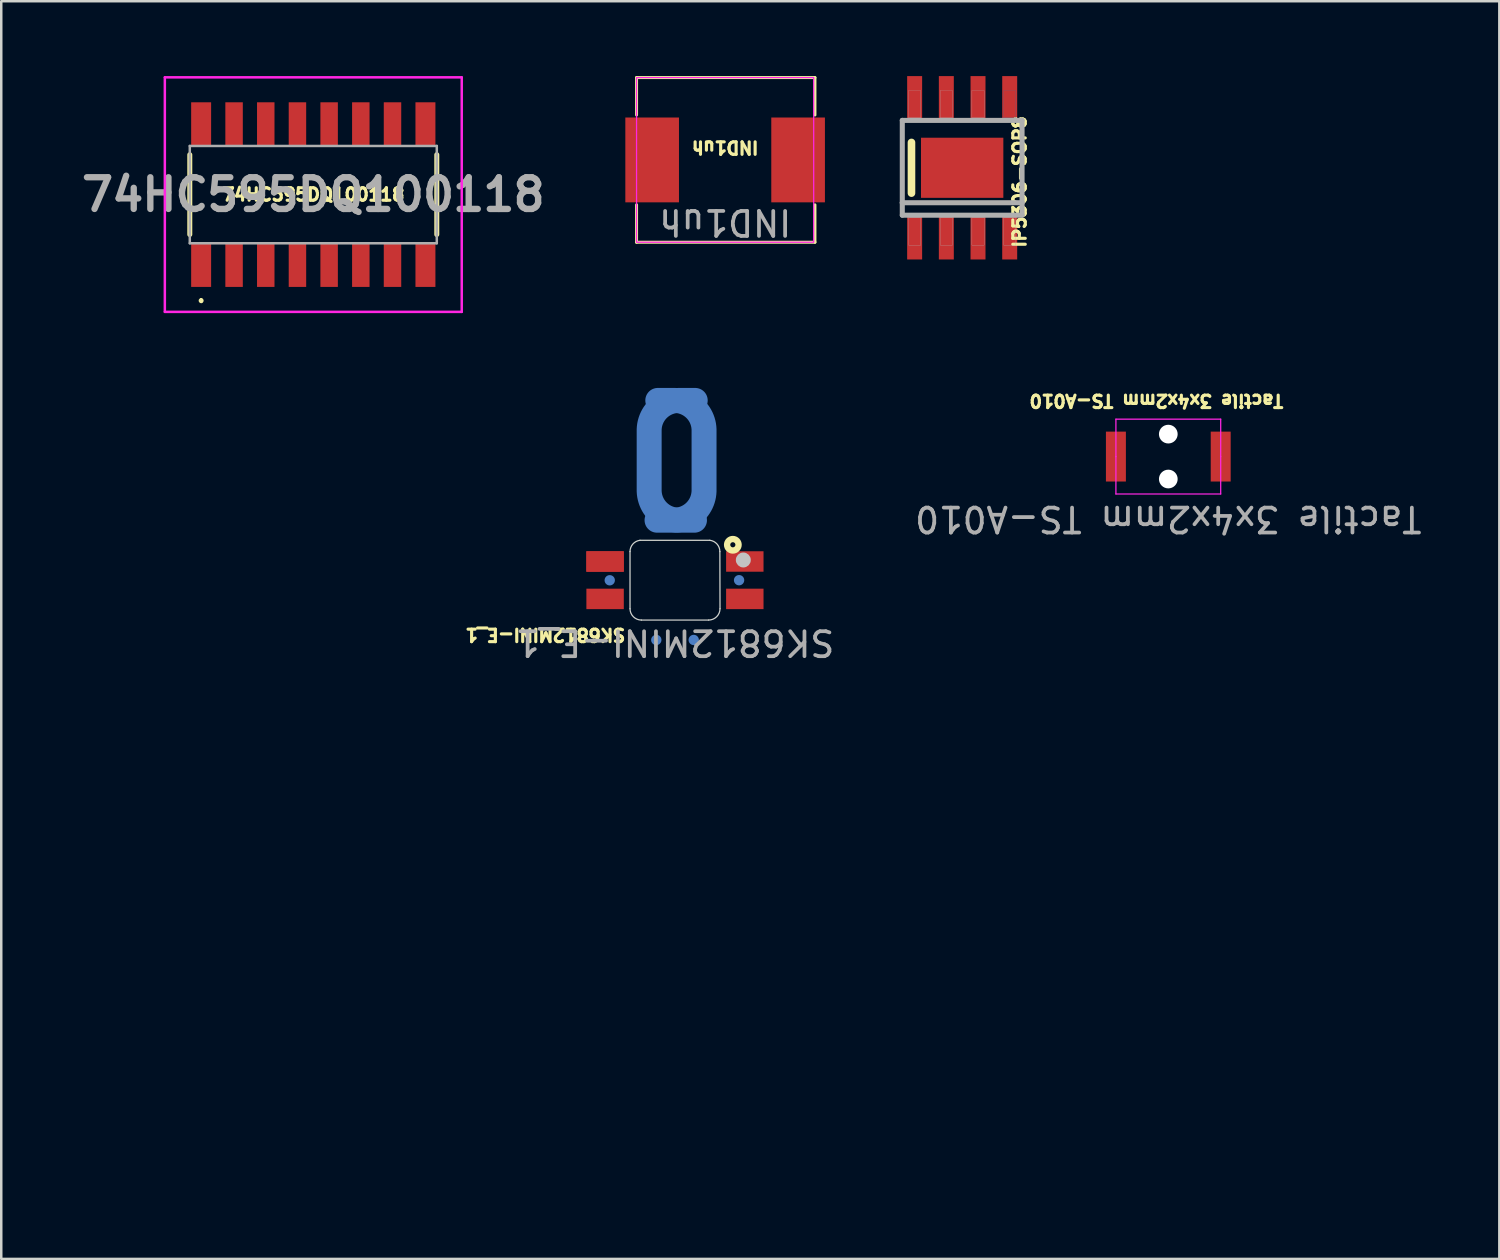
<source format=kicad_pcb>
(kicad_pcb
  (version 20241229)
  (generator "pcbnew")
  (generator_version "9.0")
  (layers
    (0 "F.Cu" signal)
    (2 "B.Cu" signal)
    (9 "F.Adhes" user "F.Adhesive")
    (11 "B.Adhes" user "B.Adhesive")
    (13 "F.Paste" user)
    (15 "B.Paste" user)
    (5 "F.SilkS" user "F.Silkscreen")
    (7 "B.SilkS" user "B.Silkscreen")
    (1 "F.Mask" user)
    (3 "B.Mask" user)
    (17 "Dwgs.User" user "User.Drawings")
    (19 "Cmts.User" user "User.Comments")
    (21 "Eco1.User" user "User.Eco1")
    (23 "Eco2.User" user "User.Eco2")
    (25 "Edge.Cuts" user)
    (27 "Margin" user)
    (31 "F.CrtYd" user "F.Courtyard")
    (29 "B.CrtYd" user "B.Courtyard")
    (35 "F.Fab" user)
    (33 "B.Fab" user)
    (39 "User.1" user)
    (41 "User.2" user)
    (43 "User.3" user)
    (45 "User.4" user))
  (footprint "IND1uh"
    (layer "F.Cu")
    (at 26.014 3.36)
    (property "Reference" "IND1uh" (at 0 -0.5 180) (unlocked yes) (layer "F.SilkS") (effects (font (size 0.5 0.5) (thickness 0.127))))
    (attr smd)
    (fp_line (start -3.55 -3.3) (end -3.55 -1.8) (stroke (width 0.12) (type solid)) (layer "F.SilkS"))
    (fp_line (start -3.55 -3.3) (end 3.6 -3.3) (stroke (width 0.12) (type solid)) (layer "F.SilkS"))
    (fp_line (start -3.55 3.3) (end -3.55 1.8) (stroke (width 0.12) (type solid)) (layer "F.SilkS"))
    (fp_line (start 3.6 -3.3) (end 3.6 -1.8) (stroke (width 0.12) (type solid)) (layer "F.SilkS"))
    (fp_line (start 3.6 3.3) (end -3.55 3.3) (stroke (width 0.12) (type solid)) (layer "F.SilkS"))
    (fp_line (start 3.6 3.3) (end 3.6 1.8) (stroke (width 0.12) (type solid)) (layer "F.SilkS"))
    (fp_rect (start 3.55 3.3) (end -3.55 -3.3) (stroke (width 0.05) (type solid)) (fill no) (layer "F.CrtYd"))
    (fp_text user "${REFERENCE}" (at 0 2.5 180) (unlocked yes) (layer "F.Fab") (effects (font (size 1 1) (thickness 0.15))))
    (pad "1" smd rect (at -2.925 0 180) (size 2.15 3.4) (layers "F.Cu" "F.Mask" "F.Paste"))
    (pad "2" smd rect (at 2.925 0 180) (size 2.15 3.4) (layers "F.Cu" "F.Mask" "F.Paste")))
  (footprint "SK6812MINI-E_1"
    (layer "F.Cu")
    (at 24.003 20.205)
    (property "Reference" "SK6812MINI-E_1" (at -1.925 2.48 180) (unlocked yes) (layer "F.SilkS") (effects (font (size 0.5 0.5) (thickness 0.152)) (justify left top)))
    (fp_circle (center 2.32 -1.42) (end 2.423 -1.42) (stroke (width 0.254) (type default)) (fill no) (layer "F.SilkS"))
    (fp_circle (center 2.74 -0.81) (end 2.89 -0.81) (stroke (width 0.3) (type default)) (fill no) (layer "Dwgs.User"))
    (fp_line (start -1.801 1.143) (end -1.801 -1.148) (stroke (width 0.05) (type default)) (layer "Edge.Cuts"))
    (fp_line (start -1.402 -1.599) (end 1.398 -1.599) (stroke (width 0.05) (type default)) (layer "Edge.Cuts"))
    (fp_line (start 1.349 1.598) (end -1.346 1.598) (stroke (width 0.05) (type default)) (layer "Edge.Cuts"))
    (fp_line (start 1.8 -1.148) (end 1.806 1.14) (stroke (width 0.05) (type default)) (layer "Edge.Cuts"))
    (fp_arc (start -1.800699 -1.14808) (mid -1.686576 -1.449266) (end -1.40152 -1.5992) (stroke (width 0.05) (type default)) (layer "Edge.Cuts"))
    (fp_arc (start -1.3462 1.59766) (mid -1.667693 1.464493) (end -1.80086 1.143) (stroke (width 0.05) (type default)) (layer "Edge.Cuts"))
    (fp_arc (start 1.39848 -1.5992) (mid 1.685314 -1.450165) (end 1.800339 -1.14808) (stroke (width 0.05) (type default)) (layer "Edge.Cuts"))
    (fp_arc (start 1.80594 1.14046) (mid 1.672029 1.463749) (end 1.34874 1.59766) (stroke (width 0.05) (type default)) (layer "Edge.Cuts"))
    (fp_circle (center 2.94 -1.4) (end 2.97 -1.4) (stroke (width 0.06) (type default)) (fill no) (layer "User.5"))
    (fp_text user "${REFERENCE}" (at 0 2.5 180) (unlocked yes) (layer "F.Fab") (effects (font (size 1 1) (thickness 0.15))))
    (pad "1" smd rect (at 2.8 -0.75 270) (size 0.82 1.5) (layers "F.Cu" "F.Mask" "F.Paste"))
    (pad "2" smd rect (at 2.8 0.75 270) (size 0.82 1.5) (layers "F.Cu" "F.Mask" "F.Paste"))
    (pad "3" smd rect (at -2.8 0.75 270) (size 0.82 1.5) (layers "F.Cu" "F.Mask" "F.Paste"))
    (pad "4" smd rect (at -2.802 -0.749 270) (size 0.82 1.5) (layers "F.Cu" "F.Mask" "F.Paste"))
    (pad "4" smd rect (at -2.8 -0.75 270) (size 0.82 1.5) (layers "F.Cu" "F.Mask" "F.Paste"))
    (pad "5" smd circle (at -2.614 0.003 180) (size 0.414 0.414) (layers "B.Cu" "B.Mask" "B.Paste"))
    (pad "5" smd circle (at -0.748 2.395 180) (size 0.414 0.414) (layers "B.Cu" "B.Mask" "B.Paste"))
    (pad "5" smd custom (at -0.718 -2.405 180) (size 0.414 0.414) (layers "B.Cu" "B.Mask" "B.Paste") (options (anchor circle)) (primitives (gr_poly (pts (arc (start -0.683812 0.499853) (mid -1.17895 0.70479) (end -1.384064 1.199854)) (arc (start -1.384064 3.600353) (mid -1.179034 4.095333) (end -0.68405 4.300354)) (arc (start -0.030105 4.300342) (mid 0.469904 4.800333) (end -0.030087 5.300342)) (arc (start -0.684029 5.300354) (mid -1.886134 4.802445) (end -2.384064 3.600349)) (arc (start -2.384064 1.199855) (mid -1.886102 -0.002271) (end -0.68394 -0.500147)) (arc (start 0 -0.500098) (mid 0.500098 0.000089) (end -0.000179 0.500098))) (width 0) (fill yes))))
    (pad "6" smd circle (at 0.752 2.395 180) (size 0.414 0.414) (layers "B.Cu" "B.Mask" "B.Paste"))
    (pad "6" smd custom (at 0.782 -2.405 180) (size 0.414 0.414) (layers "B.Cu" "B.Mask" "B.Paste") (options (anchor circle)) (primitives (gr_poly (pts (arc (start 1.315912 1.199945) (mid 1.110826 0.70491) (end 0.615741 0.499946)) (arc (start 0.000123 0.500097) (mid -0.500097 0.000044) (end 0.000036 -0.500098)) (arc (start 0.615958 -0.500054) (mid 1.81801 -0.002119) (end 2.315912 1.199946)) (arc (start 2.315912 3.600248) (mid 1.813385 4.806919) (end 0.602903 5.300197)) (arc (start -0.030087 5.300208) (mid -0.530095 4.800199) (end -0.030068 4.300208)) (arc (start 0.62429 4.300197) (mid 1.11384 4.092251) (end 1.315912 3.600247))) (width 0) (fill yes))))
    (pad "6" smd circle (at 2.57 0 180) (size 0.414 0.414) (layers "B.Cu" "B.Mask" "B.Paste"))
    (zone (net_name "") (layer "F.SilkS") (hatch edge 0.5) (priority 100) (connect_pads yes) (min_thickness 0) (filled_areas_thickness no) (fill) (polygon (pts (xy 0.508 43.9) (xy 0.508 44.408) (xy 0 43.9))) (filled_polygon (layer "F.SilkS") (island) (pts (xy 0.508 43.9) (xy 0.508 44.408) (xy 0 43.9)))))
  (footprint "74HC595DQ100118"
    (layer "F.Cu")
    (at 9.507 4.75)
    (property "Reference" "74HC595DQ100118" (at 0 0 0) (layer "F.SilkS") (effects (font (size 0.5 0.5) (thickness 0.125))))
    (attr smd)
    (fp_line (start -4.95 -1.6) (end -4.95 1.6) (stroke (width 0.2) (type solid)) (layer "F.SilkS"))
    (fp_line (start -4.495 4.2) (end -4.495 4.2) (stroke (width 0.1) (type solid)) (layer "F.SilkS"))
    (fp_line (start -4.495 4.3) (end -4.495 4.3) (stroke (width 0.1) (type solid)) (layer "F.SilkS"))
    (fp_line (start 4.95 -1.6) (end 4.95 1.6) (stroke (width 0.2) (type solid)) (layer "F.SilkS"))
    (fp_arc (start -4.495 4.199999) (mid -4.445001 4.25) (end -4.495 4.3) (stroke (width 0.1) (type solid)) (layer "F.SilkS"))
    (fp_arc (start -4.495 4.3) (mid -4.545002 4.249999) (end -4.495 4.199999) (stroke (width 0.1) (type solid)) (layer "F.SilkS"))
    (fp_line (start -5.95 -4.7) (end 5.95 -4.7) (stroke (width 0.1) (type solid)) (layer "F.CrtYd"))
    (fp_line (start -5.95 4.7) (end -5.95 -4.7) (stroke (width 0.1) (type solid)) (layer "F.CrtYd"))
    (fp_line (start 5.95 -4.7) (end 5.95 4.7) (stroke (width 0.1) (type solid)) (layer "F.CrtYd"))
    (fp_line (start 5.95 4.7) (end -5.95 4.7) (stroke (width 0.1) (type solid)) (layer "F.CrtYd"))
    (fp_line (start -4.95 -1.95) (end 4.95 -1.95) (stroke (width 0.1) (type solid)) (layer "F.Fab"))
    (fp_line (start -4.95 1.95) (end -4.95 -1.95) (stroke (width 0.1) (type solid)) (layer "F.Fab"))
    (fp_line (start 4.95 -1.95) (end 4.95 1.95) (stroke (width 0.1) (type solid)) (layer "F.Fab"))
    (fp_line (start 4.95 1.95) (end -4.95 1.95) (stroke (width 0.1) (type solid)) (layer "F.Fab"))
    (fp_text user "${REFERENCE}" (at 0 0 0) (layer "F.Fab") (effects (font (size 1.27 1.27) (thickness 0.254))))
    (pad "1" smd rect (at -4.495 2.825 180) (size 0.8 1.75) (layers "F.Cu" "F.Mask" "F.Paste"))
    (pad "2" smd rect (at -3.175 2.825 180) (size 0.7 1.75) (layers "F.Cu" "F.Mask" "F.Paste"))
    (pad "3" smd rect (at -1.905 2.825 180) (size 0.7 1.75) (layers "F.Cu" "F.Mask" "F.Paste"))
    (pad "4" smd rect (at -0.635 2.825 180) (size 0.7 1.75) (layers "F.Cu" "F.Mask" "F.Paste"))
    (pad "5" smd rect (at 0.635 2.825 180) (size 0.7 1.75) (layers "F.Cu" "F.Mask" "F.Paste"))
    (pad "6" smd rect (at 1.905 2.825 180) (size 0.7 1.75) (layers "F.Cu" "F.Mask" "F.Paste"))
    (pad "7" smd rect (at 3.175 2.825 180) (size 0.7 1.75) (layers "F.Cu" "F.Mask" "F.Paste"))
    (pad "8" smd rect (at 4.495 2.825 180) (size 0.8 1.75) (layers "F.Cu" "F.Mask" "F.Paste"))
    (pad "9" smd rect (at 4.495 -2.825 180) (size 0.8 1.75) (layers "F.Cu" "F.Mask" "F.Paste"))
    (pad "10" smd rect (at 3.175 -2.825 180) (size 0.7 1.75) (layers "F.Cu" "F.Mask" "F.Paste"))
    (pad "11" smd rect (at 1.905 -2.825 180) (size 0.7 1.75) (layers "F.Cu" "F.Mask" "F.Paste"))
    (pad "12" smd rect (at 0.635 -2.825 180) (size 0.7 1.75) (layers "F.Cu" "F.Mask" "F.Paste"))
    (pad "13" smd rect (at -0.635 -2.825 180) (size 0.7 1.75) (layers "F.Cu" "F.Mask" "F.Paste"))
    (pad "14" smd rect (at -1.905 -2.825 180) (size 0.7 1.75) (layers "F.Cu" "F.Mask" "F.Paste"))
    (pad "15" smd rect (at -3.175 -2.825 180) (size 0.7 1.75) (layers "F.Cu" "F.Mask" "F.Paste"))
    (pad "16" smd rect (at -4.495 -2.825 180) (size 0.8 1.75) (layers "F.Cu" "F.Mask" "F.Paste")))
  (footprint "Tactile 3x4x2mm TS-A010"
    (layer "F.Cu")
    (at 43.777 15.25)
    (property "Reference" "Tactile 3x4x2mm TS-A010" (at -0.477 -2.238 180) (unlocked yes) (layer "F.SilkS") (effects (font (size 0.5 0.5) (thickness 0.125))))
    (attr smd)
    (fp_line (start -2.1 -1.5) (end 2.1 -1.5) (stroke (width 0.05) (type solid)) (layer "F.CrtYd"))
    (fp_line (start -2.1 0) (end -2.1 -1.5) (stroke (width 0.05) (type solid)) (layer "F.CrtYd"))
    (fp_line (start -2.1 1.5) (end -2.1 0) (stroke (width 0.05) (type solid)) (layer "F.CrtYd"))
    (fp_line (start 2.1 -1.5) (end 2.1 0) (stroke (width 0.05) (type solid)) (layer "F.CrtYd"))
    (fp_line (start 2.1 0) (end 2.1 1.5) (stroke (width 0.05) (type solid)) (layer "F.CrtYd"))
    (fp_line (start 2.1 1.5) (end -2.1 1.5) (stroke (width 0.05) (type solid)) (layer "F.CrtYd"))
    (fp_text user "${REFERENCE}" (at 0 2.5 180) (unlocked yes) (layer "F.Fab") (effects (font (size 1 1) (thickness 0.15))))
    (pad "" np_thru_hole circle (at 0 -0.9 180) (size 0.75 0.75) (drill 0.75) (layers "*.Cu" "*.Mask"))
    (pad "" np_thru_hole circle (at 0 0.9 180) (size 0.75 0.75) (drill 0.75) (layers "*.Cu" "*.Mask"))
    (pad "1" smd rect (at -2.1 0 180) (size 0.8 2) (layers "F.Cu" "F.Mask" "F.Paste"))
    (pad "2" smd rect (at 2.1 0 180) (size 0.8 2) (layers "F.Cu" "F.Mask" "F.Paste")))
  (footprint "IP5306-SOP8"
    (layer "F.Cu")
    (at 35.515 3.675)
    (property "Reference" "IP5306-SOP8" (at 2.304 0.565 90) (layer "F.SilkS") (effects (font (size 0.5 0.5) (thickness 0.127))))
    (attr smd)
    (fp_line (start -2.032 1.016) (end -2.032 -1.016) (stroke (width 0.305) (type solid)) (layer "F.SilkS"))
    (fp_poly (pts (xy -0.3 -0.3) (xy 0.3 -0.3) (xy 0.3 0.3) (xy -0.3 0.3)) (stroke (width 0.01) (type solid)) (fill yes) (layer "F.Paste"))
    (fp_poly (pts (xy 1.66 -3.1) (xy 2.15 -3.1) (xy 2.15 -2) (xy 1.66 -2)) (stroke (width 0.01) (type solid)) (fill no) (layer "B.Fab"))
    (fp_line (start -2.4 -1.9) (end 2.4 -1.9) (stroke (width 0.203) (type solid)) (layer "F.Fab"))
    (fp_line (start -2.4 1.4) (end -2.4 -1.9) (stroke (width 0.203) (type solid)) (layer "F.Fab"))
    (fp_line (start -2.4 1.9) (end -2.4 1.4) (stroke (width 0.203) (type solid)) (layer "F.Fab"))
    (fp_line (start 2.4 -1.9) (end 2.4 1.4) (stroke (width 0.203) (type solid)) (layer "F.Fab"))
    (fp_line (start 2.4 1.4) (end -2.4 1.4) (stroke (width 0.203) (type solid)) (layer "F.Fab"))
    (fp_line (start 2.4 1.4) (end 2.4 1.9) (stroke (width 0.203) (type solid)) (layer "F.Fab"))
    (fp_line (start 2.4 1.9) (end -2.4 1.9) (stroke (width 0.203) (type solid)) (layer "F.Fab"))
    (fp_poly (pts (xy -2.15 -3.1) (xy -1.66 -3.1) (xy -1.66 -2) (xy -2.15 -2)) (stroke (width 0.01) (type solid)) (fill no) (layer "F.Fab"))
    (fp_poly (pts (xy -2.15 2) (xy -1.66 2) (xy -1.66 3.1) (xy -2.15 3.1)) (stroke (width 0.01) (type solid)) (fill no) (layer "F.Fab"))
    (fp_poly (pts (xy -0.88 -3.1) (xy -0.39 -3.1) (xy -0.39 -2) (xy -0.88 -2)) (stroke (width 0.01) (type solid)) (fill no) (layer "F.Fab"))
    (fp_poly (pts (xy -0.88 2) (xy -0.39 2) (xy -0.39 3.1) (xy -0.88 3.1)) (stroke (width 0.01) (type solid)) (fill no) (layer "F.Fab"))
    (fp_poly (pts (xy 0.39 -3.1) (xy 0.88 -3.1) (xy 0.88 -2) (xy 0.39 -2)) (stroke (width 0.01) (type solid)) (fill no) (layer "F.Fab"))
    (fp_poly (pts (xy 0.39 2) (xy 0.88 2) (xy 0.88 3.1) (xy 0.39 3.1)) (stroke (width 0.01) (type solid)) (fill no) (layer "F.Fab"))
    (fp_poly (pts (xy 1.66 2) (xy 2.15 2) (xy 2.15 3.1) (xy 1.66 3.1)) (stroke (width 0.01) (type solid)) (fill no) (layer "F.Fab"))
    (pad "1" smd rect (at -1.905 2.8 180) (size 0.6 1.75) (layers "F.Cu" "F.Mask" "F.Paste"))
    (pad "2" smd rect (at -0.635 2.8 180) (size 0.6 1.75) (layers "F.Cu" "F.Mask" "F.Paste"))
    (pad "3" smd rect (at 0.635 2.8 180) (size 0.6 1.75) (layers "F.Cu" "F.Mask" "F.Paste"))
    (pad "4" smd rect (at 1.905 2.8 180) (size 0.6 1.75) (layers "F.Cu" "F.Mask" "F.Paste"))
    (pad "5" smd rect (at 1.905 -2.8 180) (size 0.6 1.75) (layers "F.Cu" "F.Mask" "F.Paste"))
    (pad "6" smd rect (at 0.635 -2.8 180) (size 0.6 1.75) (layers "F.Cu" "F.Mask" "F.Paste"))
    (pad "7" smd rect (at -0.635 -2.8 180) (size 0.6 1.75) (layers "F.Cu" "F.Mask" "F.Paste"))
    (pad "8" smd rect (at -1.905 -2.8 180) (size 0.6 1.75) (layers "F.Cu" "F.Mask" "F.Paste"))
    (pad "EXP" smd rect (at 0 0 180) (size 3.3 2.41) (layers "F.Cu" "F.Mask")))
  (gr_rect
    (start -3 -3)
    (end 57.045 47.408)
    (stroke (width 0.1) (type default))
    (fill no)
    (layer "Edge.Cuts")))
</source>
